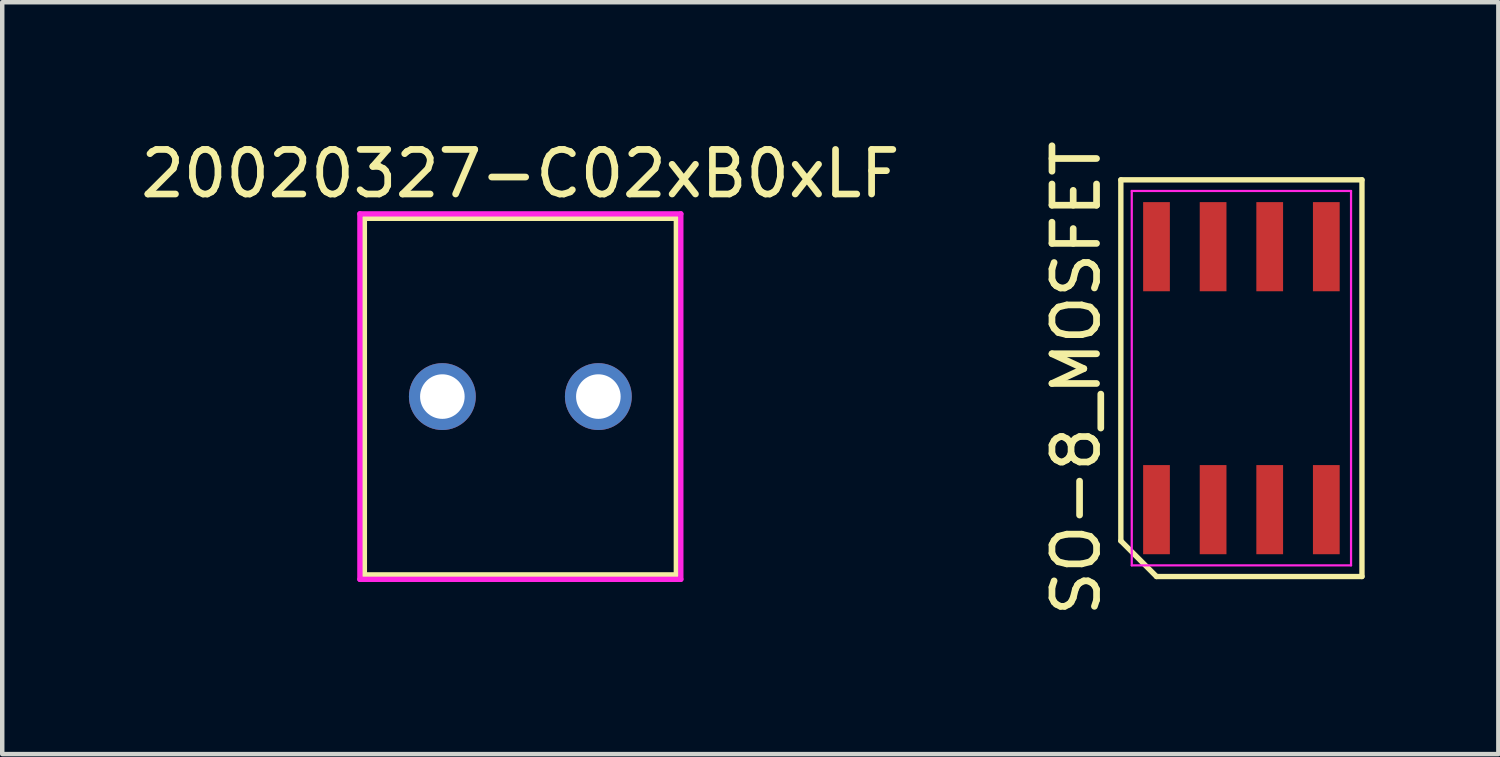
<source format=kicad_pcb>
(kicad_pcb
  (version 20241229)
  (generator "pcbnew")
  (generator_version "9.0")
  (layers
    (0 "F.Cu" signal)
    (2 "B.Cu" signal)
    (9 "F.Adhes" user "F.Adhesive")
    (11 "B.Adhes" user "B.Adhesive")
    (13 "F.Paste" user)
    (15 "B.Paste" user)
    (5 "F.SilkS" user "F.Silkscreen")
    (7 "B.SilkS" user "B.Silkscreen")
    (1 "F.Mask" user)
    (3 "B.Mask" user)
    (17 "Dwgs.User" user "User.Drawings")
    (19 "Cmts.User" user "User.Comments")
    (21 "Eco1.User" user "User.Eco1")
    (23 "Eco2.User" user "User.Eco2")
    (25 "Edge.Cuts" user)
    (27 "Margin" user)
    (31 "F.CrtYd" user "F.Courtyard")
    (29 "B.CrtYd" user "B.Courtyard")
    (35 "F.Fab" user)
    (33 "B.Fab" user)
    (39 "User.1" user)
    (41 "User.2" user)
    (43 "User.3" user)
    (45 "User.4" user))
  (footprint "SO-8_MOSFET"
    (layer "F.Cu")
    (at 24.803 5.435)
    (property "Reference" "SO-8_MOSFET" (at -3.705 0 90) (layer "F.SilkS") (effects (font (size 1 1) (thickness 0.15))))
    (attr smd)
    (fp_line (start -2.705 -4.45) (end 2.705 -4.45) (stroke (width 0.12) (type solid)) (layer "F.SilkS"))
    (fp_line (start -2.705 3.65) (end -2.705 -4.45) (stroke (width 0.12) (type solid)) (layer "F.SilkS"))
    (fp_line (start -1.905 4.45) (end -2.705 3.65) (stroke (width 0.12) (type solid)) (layer "F.SilkS"))
    (fp_line (start 2.705 -4.45) (end 2.705 4.45) (stroke (width 0.12) (type solid)) (layer "F.SilkS"))
    (fp_line (start 2.705 4.45) (end -1.905 4.45) (stroke (width 0.12) (type solid)) (layer "F.SilkS"))
    (fp_line (start -2.46 -4.2) (end 2.46 -4.2) (stroke (width 0.05) (type solid)) (layer "F.CrtYd"))
    (fp_line (start -2.46 4.2) (end -2.46 -4.2) (stroke (width 0.05) (type solid)) (layer "F.CrtYd"))
    (fp_line (start 2.46 -4.2) (end 2.46 4.2) (stroke (width 0.05) (type solid)) (layer "F.CrtYd"))
    (fp_line (start 2.46 4.2) (end -2.46 4.2) (stroke (width 0.05) (type solid)) (layer "F.CrtYd"))
    (pad "1" smd rect (at 1.905 2.95) (size 0.6 2) (layers "F.Cu" "F.Mask" "F.Paste"))
    (pad "2" smd rect (at -1.905 -2.95) (size 0.6 2) (layers "F.Cu" "F.Mask" "F.Paste"))
    (pad "2" smd rect (at -0.635 -2.95) (size 0.6 2) (layers "F.Cu" "F.Mask" "F.Paste"))
    (pad "2" smd rect (at 0.635 -2.95) (size 0.6 2) (layers "F.Cu" "F.Mask" "F.Paste"))
    (pad "2" smd rect (at 1.905 -2.95) (size 0.6 2) (layers "F.Cu" "F.Mask" "F.Paste"))
    (pad "3" smd rect (at -1.905 2.95) (size 0.6 2) (layers "F.Cu" "F.Mask" "F.Paste"))
    (pad "3" smd rect (at -0.635 2.95) (size 0.6 2) (layers "F.Cu" "F.Mask" "F.Paste"))
    (pad "3" smd rect (at 0.635 2.95) (size 0.6 2) (layers "F.Cu" "F.Mask" "F.Paste")))
  (footprint "20020327-C02xB0xLF"
    (layer "F.Cu")
    (at 8.625 5.848)
    (property "Reference" "20020327-C02xB0xLF" (at 0 -5 0) (layer "F.SilkS") (effects (font (size 1 1) (thickness 0.15))))
    (attr through_hole)
    (fp_line (start -3.5 -4) (end 3.5 -4) (stroke (width 0.12) (type solid)) (layer "F.SilkS"))
    (fp_line (start -3.5 4) (end -3.5 -4) (stroke (width 0.12) (type solid)) (layer "F.SilkS"))
    (fp_line (start 3.5 -4) (end 3.5 4) (stroke (width 0.12) (type solid)) (layer "F.SilkS"))
    (fp_line (start 3.5 4) (end -3.5 4) (stroke (width 0.12) (type solid)) (layer "F.SilkS"))
    (fp_line (start -3.6 -4.1) (end 3.6 -4.1) (stroke (width 0.12) (type solid)) (layer "F.CrtYd"))
    (fp_line (start -3.6 4.1) (end -3.6 -4.1) (stroke (width 0.12) (type solid)) (layer "F.CrtYd"))
    (fp_line (start 3.6 -4.1) (end 3.6 4.1) (stroke (width 0.12) (type solid)) (layer "F.CrtYd"))
    (fp_line (start 3.6 4.1) (end -3.6 4.1) (stroke (width 0.12) (type solid)) (layer "F.CrtYd"))
    (pad "1" thru_hole circle (at -1.75 0) (size 1.5 1.5) (drill 1) (layers "*.Cu" "*.Mask"))
    (pad "2" thru_hole circle (at 1.75 0) (size 1.5 1.5) (drill 1) (layers "*.Cu" "*.Mask")))
  (gr_rect
    (start -3 -3)
    (end 30.568 13.869)
    (stroke (width 0.1) (type default))
    (fill no)
    (layer "Edge.Cuts")))
</source>
